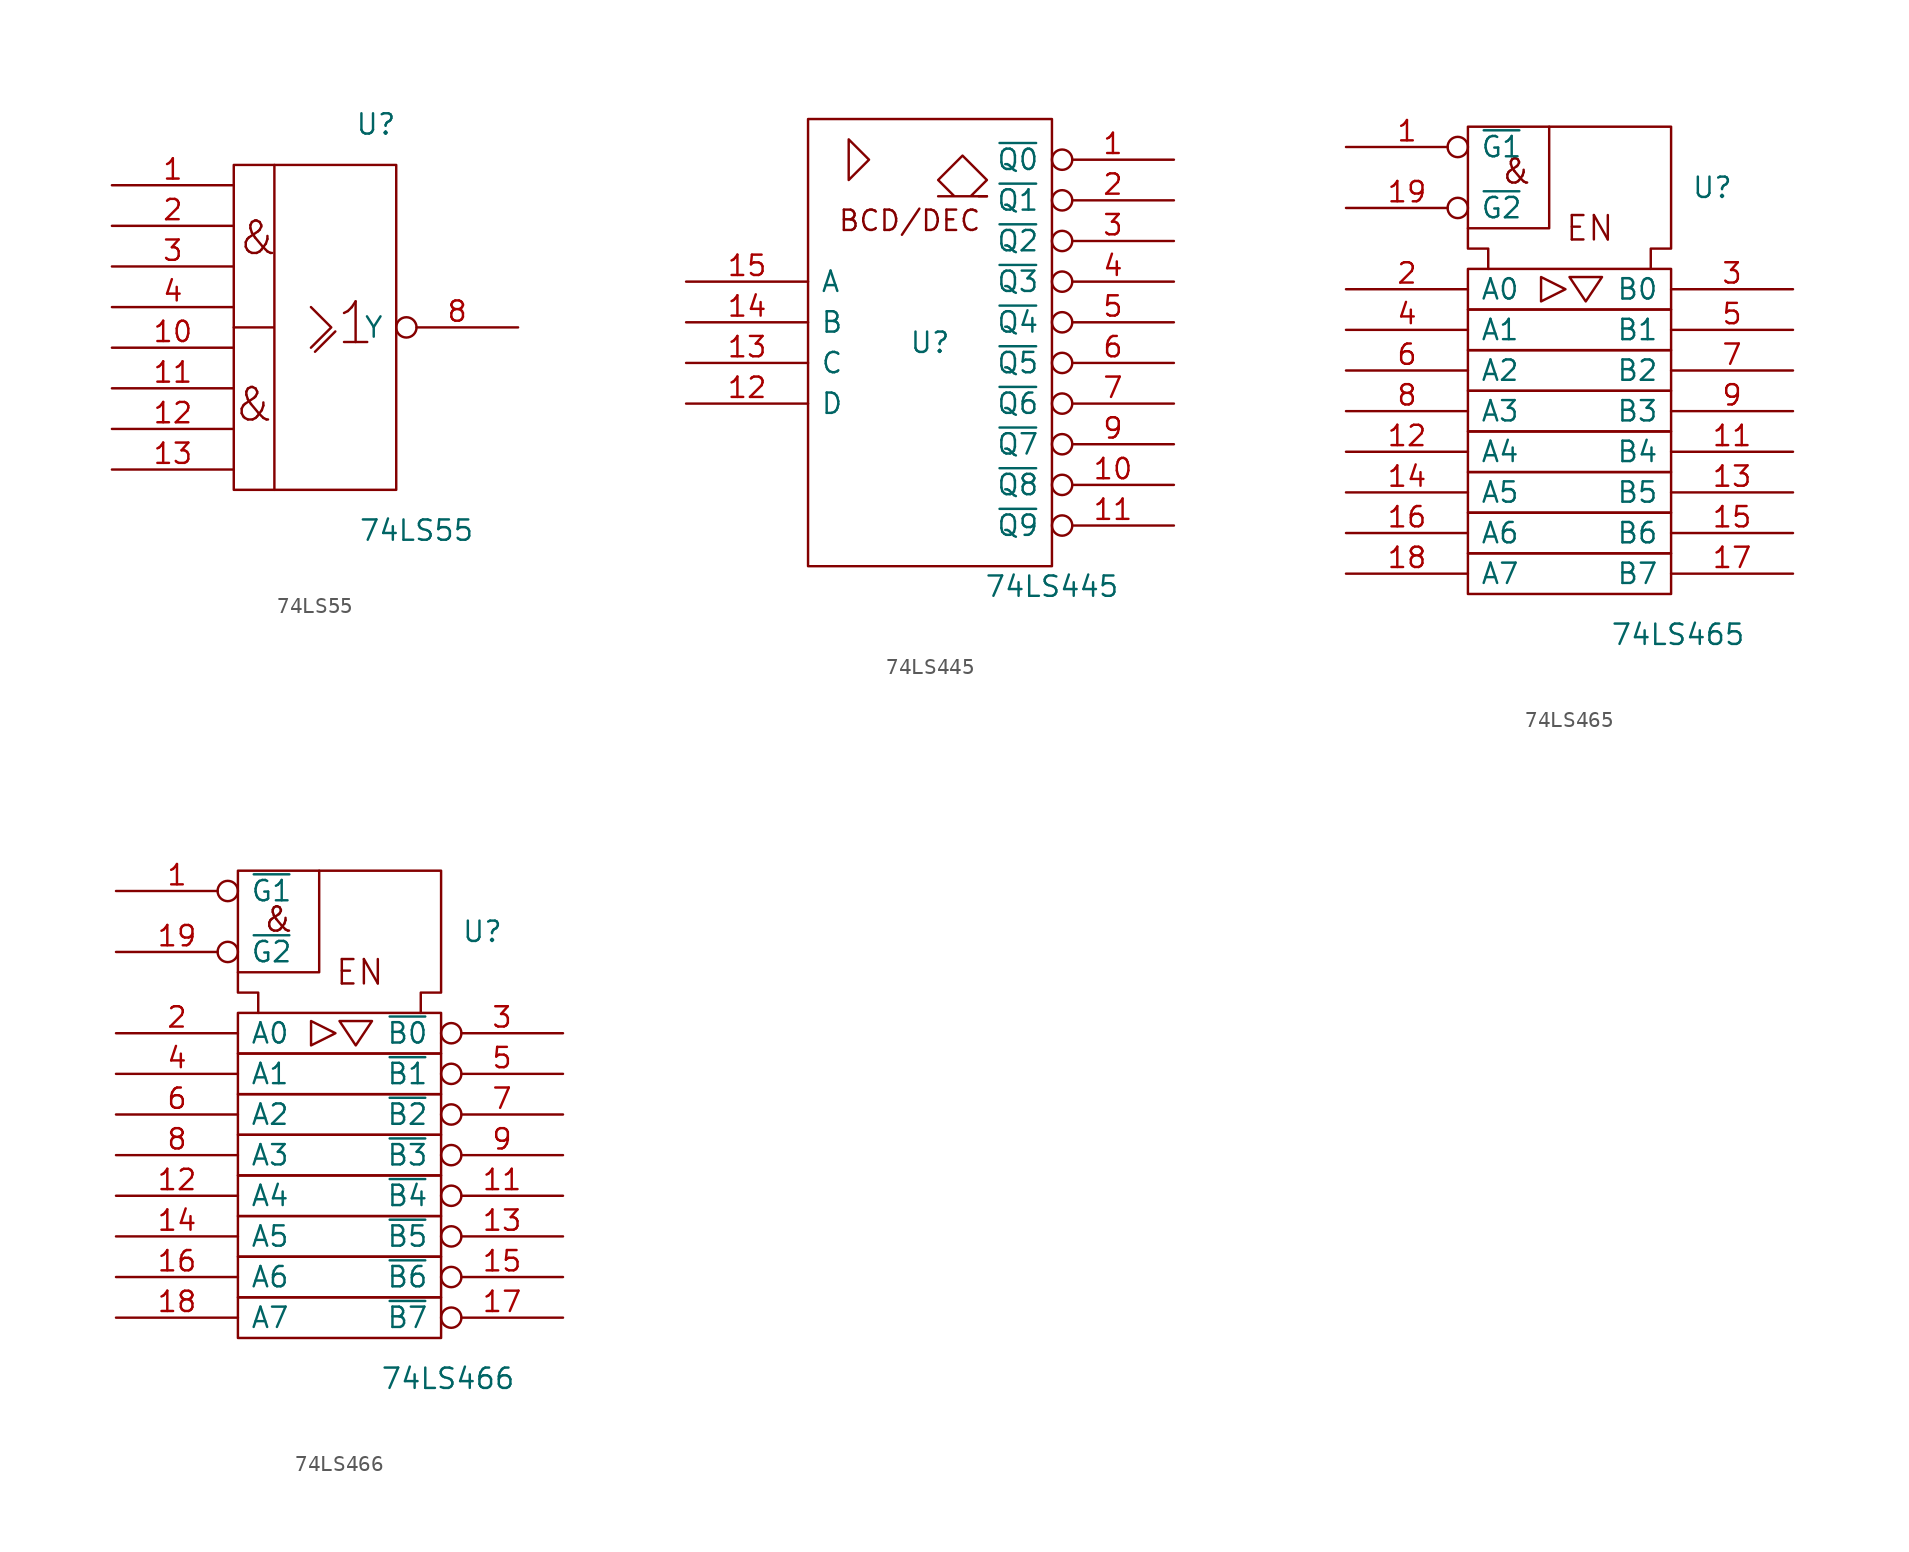
<source format=kicad_sym>
(kicad_symbol_lib
  (version 20201005)
  (generator kicad_symbol_editor)
  (symbol "74LS55"
    (pin_names
      (offset 0.762))
    (property "Reference" "U"
      (at 3.81 12.7 0)
      (effects (font (size 1.27 1.27))))
    (property "Value" "74LS55"
      (at 6.35 -12.7 0)
      (effects (font (size 1.27 1.27))))
    (symbol "74LS55_0_0"
      (text "&" (at -3.81 -4.826 0) (effects (font (size 2.032 2.032))))
      (text "1" (at 2.54 0.254 0) (effects (font (size 2.54 2.54))))
      (text "&" (at -3.556 5.588 0) (effects (font (size 2.032 2.032))))
      (polyline (pts (xy 0 -1.524) (xy 1.27 -0.254)) (stroke (width 0)) (fill (type none)))
      (polyline (pts (xy -0.254 1.27) (xy 1.016 0) (xy -0.254 -1.27) (xy -0.254 -1.27)) (stroke (width 0)) (fill (type none))))
    (symbol "74LS55_0_1"
      (rectangle (start -5.08 10.16) (end 5.08 -10.16) (stroke (width 0)) (fill (type none)))
      (polyline (pts (xy -2.54 10.16) (xy -2.54 0) (xy -5.08 0) (xy -2.54 0) (xy -2.54 -10.16) (xy -2.54 -10.16)) (stroke (width 0)) (fill (type none)))
      (pin power_in line (at 0 10.16 270) (length 0) hide (name "VCC" (effects (font (size 1.27 1.27)))) (number "14" (effects (font (size 1.27 1.27)))))
      (pin power_in line (at 0 -10.16 90) (length 0) hide (name "GND" (effects (font (size 1.27 1.27)))) (number "7" (effects (font (size 1.27 1.27))))))
    (symbol "74LS55_1_1"
      (pin output inverted (at 12.7 0 180) (length 7.62) (name "Y" (effects (font (size 1.27 1.27)))) (number "8" (effects (font (size 1.27 1.27)))))
      (pin input line (at -12.7 -8.89 0) (length 7.62) (name "~" (effects (font (size 1.27 1.27)))) (number "13" (effects (font (size 1.27 1.27)))))
      (pin input line (at -12.7 -6.35 0) (length 7.62) (name "~" (effects (font (size 1.27 1.27)))) (number "12" (effects (font (size 1.27 1.27)))))
      (pin input line (at -12.7 -3.81 0) (length 7.62) (name "~" (effects (font (size 1.27 1.27)))) (number "11" (effects (font (size 1.27 1.27)))))
      (pin input line (at -12.7 -1.27 0) (length 7.62) (name "~" (effects (font (size 1.27 1.27)))) (number "10" (effects (font (size 1.27 1.27)))))
      (pin input line (at -12.7 1.27 0) (length 7.62) (name "~" (effects (font (size 1.27 1.27)))) (number "4" (effects (font (size 1.27 1.27)))))
      (pin input line (at -12.7 3.81 0) (length 7.62) (name "~" (effects (font (size 1.27 1.27)))) (number "3" (effects (font (size 1.27 1.27)))))
      (pin input line (at -12.7 6.35 0) (length 7.62) (name "~" (effects (font (size 1.27 1.27)))) (number "2" (effects (font (size 1.27 1.27)))))
      (pin input line (at -12.7 8.89 0) (length 7.62) (name "~" (effects (font (size 1.27 1.27)))) (number "1" (effects (font (size 1.27 1.27)))))))
  (symbol "74LS445"
    (pin_names
      (offset 0.762))
    (property "Reference" "U"
      (at 0 0 0)
      (effects (font (size 1.27 1.27))))
    (property "Value" "74LS445"
      (at 7.62 -15.24 0)
      (effects (font (size 1.27 1.27))))
    (symbol "74LS445_0_0"
      (text "BCD/DEC" (at -1.27 7.62 0) (effects (font (size 1.27 1.27))))
      (polyline (pts (xy -5.08 12.7) (xy -5.08 10.16) (xy -3.81 11.43) (xy -5.08 12.7) (xy -5.08 12.7)) (stroke (width 0)) (fill (type none)))
      (polyline (pts (xy 3.556 9.144) (xy 3.048 9.144) (xy 3.048 9.144)) (stroke (width 0)) (fill (type none)))
      (polyline (pts (xy 2.54 9.144) (xy 3.556 10.16) (xy 2.032 11.684) (xy 0.508 10.16) (xy 1.524 9.144) (xy 0.508 9.144) (xy 3.556 9.144)) (stroke (width 0)) (fill (type none)))
      (pin power_in line (at 0 13.97 270) (length 0) hide (name "VCC" (effects (font (size 1.27 1.27)))) (number "16" (effects (font (size 1.27 1.27)))))
      (pin power_in line (at 0 -13.97 90) (length 0) hide (name "GND" (effects (font (size 1.27 1.27)))) (number "8" (effects (font (size 1.27 1.27))))))
    (symbol "74LS445_0_1"
      (rectangle (start -7.62 13.97) (end 7.62 -13.97) (stroke (width 0)) (fill (type none))))
    (symbol "74LS445_1_1"
      (pin open_collector inverted (at 15.24 -11.43 180) (length 7.62) (name "~Q9" (effects (font (size 1.27 1.27)))) (number "11" (effects (font (size 1.27 1.27)))))
      (pin open_collector inverted (at 15.24 -8.89 180) (length 7.62) (name "~Q8" (effects (font (size 1.27 1.27)))) (number "10" (effects (font (size 1.27 1.27)))))
      (pin open_collector inverted (at 15.24 -6.35 180) (length 7.62) (name "~Q7" (effects (font (size 1.27 1.27)))) (number "9" (effects (font (size 1.27 1.27)))))
      (pin open_collector inverted (at 15.24 -3.81 180) (length 7.62) (name "~Q6" (effects (font (size 1.27 1.27)))) (number "7" (effects (font (size 1.27 1.27)))))
      (pin open_collector inverted (at 15.24 -1.27 180) (length 7.62) (name "~Q5" (effects (font (size 1.27 1.27)))) (number "6" (effects (font (size 1.27 1.27)))))
      (pin open_collector inverted (at 15.24 1.27 180) (length 7.62) (name "~Q4" (effects (font (size 1.27 1.27)))) (number "5" (effects (font (size 1.27 1.27)))))
      (pin open_collector inverted (at 15.24 3.81 180) (length 7.62) (name "~Q3" (effects (font (size 1.27 1.27)))) (number "4" (effects (font (size 1.27 1.27)))))
      (pin open_collector inverted (at 15.24 6.35 180) (length 7.62) (name "~Q2" (effects (font (size 1.27 1.27)))) (number "3" (effects (font (size 1.27 1.27)))))
      (pin open_collector inverted (at 15.24 8.89 180) (length 7.62) (name "~Q1" (effects (font (size 1.27 1.27)))) (number "2" (effects (font (size 1.27 1.27)))))
      (pin open_collector inverted (at 15.24 11.43 180) (length 7.62) (name "~Q0" (effects (font (size 1.27 1.27)))) (number "1" (effects (font (size 1.27 1.27)))))
      (pin input line (at -15.24 -3.81 0) (length 7.62) (name "D" (effects (font (size 1.27 1.27)))) (number "12" (effects (font (size 1.27 1.27)))))
      (pin input line (at -15.24 -1.27 0) (length 7.62) (name "C" (effects (font (size 1.27 1.27)))) (number "13" (effects (font (size 1.27 1.27)))))
      (pin input line (at -15.24 1.27 0) (length 7.62) (name "B" (effects (font (size 1.27 1.27)))) (number "14" (effects (font (size 1.27 1.27)))))
      (pin input line (at -15.24 3.81 0) (length 7.62) (name "A" (effects (font (size 1.27 1.27)))) (number "15" (effects (font (size 1.27 1.27)))))))
  (symbol "74LS465"
    (pin_names
      (offset 0.762))
    (property "Reference" "U"
      (at 7.62 12.7 0)
      (effects (font (size 1.27 1.27)) (justify left)))
    (property "Value" "74LS465"
      (at 2.54 -15.24 0)
      (effects (font (size 1.27 1.27)) (justify left)))
    (symbol "74LS465_0_0"
      (text "EN" (at 1.27 10.16 0) (effects (font (size 1.524 1.524))))
      (text "&" (at -3.302 13.716 0) (effects (font (size 1.524 1.524))))
      (polyline (pts (xy -1.778 7.112) (xy -1.778 5.588) (xy -0.254 6.35) (xy -1.778 7.112) (xy -1.778 7.112)) (stroke (width 0)) (fill (type none)))
      (polyline (pts (xy 0 7.112) (xy 2.032 7.112) (xy 1.016 5.588) (xy 0 7.112) (xy 0 7.112)) (stroke (width 0)) (fill (type none)))
      (polyline (pts (xy -1.27 16.51) (xy -1.27 10.16) (xy -6.35 10.16) (xy -6.35 10.16)) (stroke (width 0)) (fill (type none)))
      (pin power_in line (at 1.27 16.51 270) (length 0) hide (name "GND" (effects (font (size 1.27 1.27)))) (number "10" (effects (font (size 1.27 1.27)))))
      (pin power_in line (at 5.08 16.51 270) (length 0) hide (name "VCC" (effects (font (size 1.27 1.27)))) (number "20" (effects (font (size 1.27 1.27))))))
    (symbol "74LS465_0_1"
      (rectangle (start -6.35 -2.54) (end 6.35 -5.08) (stroke (width 0)) (fill (type none)))
      (rectangle (start -6.35 2.54) (end 6.35 0) (stroke (width 0)) (fill (type none)))
      (rectangle (start -6.35 5.08) (end 6.35 2.54) (stroke (width 0)) (fill (type none)))
      (rectangle (start -6.35 -10.16) (end 6.35 -12.7) (stroke (width 0)) (fill (type none)))
      (rectangle (start -6.35 7.62) (end 6.35 5.08) (stroke (width 0)) (fill (type none)))
      (rectangle (start -6.35 -7.62) (end 6.35 -10.16) (stroke (width 0)) (fill (type none)))
      (rectangle (start -6.35 0) (end 6.35 -2.54) (stroke (width 0)) (fill (type none)))
      (rectangle (start -6.35 -5.08) (end 6.35 -7.62) (stroke (width 0)) (fill (type none)))
      (polyline (pts (xy -5.08 7.62) (xy -5.08 8.89) (xy -6.35 8.89) (xy -6.35 16.51) (xy 6.35 16.51) (xy 6.35 8.89) (xy 5.08 8.89) (xy 5.08 7.62) (xy 5.08 7.62)) (stroke (width 0)) (fill (type none))))
    (symbol "74LS465_1_1"
      (pin tri_state line (at 13.97 -11.43 180) (length 7.62) (name "B7" (effects (font (size 1.27 1.27)))) (number "17" (effects (font (size 1.27 1.27)))))
      (pin tri_state line (at 13.97 -8.89 180) (length 7.62) (name "B6" (effects (font (size 1.27 1.27)))) (number "15" (effects (font (size 1.27 1.27)))))
      (pin tri_state line (at 13.97 -6.35 180) (length 7.62) (name "B5" (effects (font (size 1.27 1.27)))) (number "13" (effects (font (size 1.27 1.27)))))
      (pin tri_state line (at 13.97 -3.81 180) (length 7.62) (name "B4" (effects (font (size 1.27 1.27)))) (number "11" (effects (font (size 1.27 1.27)))))
      (pin tri_state line (at 13.97 -1.27 180) (length 7.62) (name "B3" (effects (font (size 1.27 1.27)))) (number "9" (effects (font (size 1.27 1.27)))))
      (pin tri_state line (at 13.97 1.27 180) (length 7.62) (name "B2" (effects (font (size 1.27 1.27)))) (number "7" (effects (font (size 1.27 1.27)))))
      (pin tri_state line (at 13.97 3.81 180) (length 7.62) (name "B1" (effects (font (size 1.27 1.27)))) (number "5" (effects (font (size 1.27 1.27)))))
      (pin tri_state line (at 13.97 6.35 180) (length 7.62) (name "B0" (effects (font (size 1.27 1.27)))) (number "3" (effects (font (size 1.27 1.27)))))
      (pin tri_state line (at -13.97 -11.43 0) (length 7.62) (name "A7" (effects (font (size 1.27 1.27)))) (number "18" (effects (font (size 1.27 1.27)))))
      (pin tri_state line (at -13.97 -8.89 0) (length 7.62) (name "A6" (effects (font (size 1.27 1.27)))) (number "16" (effects (font (size 1.27 1.27)))))
      (pin tri_state line (at -13.97 -6.35 0) (length 7.62) (name "A5" (effects (font (size 1.27 1.27)))) (number "14" (effects (font (size 1.27 1.27)))))
      (pin tri_state line (at -13.97 -3.81 0) (length 7.62) (name "A4" (effects (font (size 1.27 1.27)))) (number "12" (effects (font (size 1.27 1.27)))))
      (pin tri_state line (at -13.97 -1.27 0) (length 7.62) (name "A3" (effects (font (size 1.27 1.27)))) (number "8" (effects (font (size 1.27 1.27)))))
      (pin tri_state line (at -13.97 1.27 0) (length 7.62) (name "A2" (effects (font (size 1.27 1.27)))) (number "6" (effects (font (size 1.27 1.27)))))
      (pin tri_state line (at -13.97 3.81 0) (length 7.62) (name "A1" (effects (font (size 1.27 1.27)))) (number "4" (effects (font (size 1.27 1.27)))))
      (pin tri_state line (at -13.97 6.35 0) (length 7.62) (name "A0" (effects (font (size 1.27 1.27)))) (number "2" (effects (font (size 1.27 1.27)))))
      (pin input inverted (at -13.97 11.43 0) (length 7.62) (name "~G2" (effects (font (size 1.27 1.27)))) (number "19" (effects (font (size 1.27 1.27)))))
      (pin input inverted (at -13.97 15.24 0) (length 7.62) (name "~G1" (effects (font (size 1.27 1.27)))) (number "1" (effects (font (size 1.27 1.27)))))))
  (symbol "74LS466"
    (pin_names
      (offset 0.762))
    (property "Reference" "U"
      (at 7.62 12.7 0)
      (effects (font (size 1.27 1.27)) (justify left)))
    (property "Value" "74LS466"
      (at 2.54 -15.24 0)
      (effects (font (size 1.27 1.27)) (justify left)))
    (symbol "74LS466_0_0"
      (text "EN" (at 1.27 10.16 0) (effects (font (size 1.524 1.524))))
      (text "&" (at -3.81 13.462 0) (effects (font (size 1.524 1.524))))
      (polyline (pts (xy -1.778 7.112) (xy -1.778 5.588) (xy -0.254 6.35) (xy -1.778 7.112) (xy -1.778 7.112)) (stroke (width 0)) (fill (type none)))
      (polyline (pts (xy 0 7.112) (xy 2.032 7.112) (xy 1.016 5.588) (xy 0 7.112) (xy 0 7.112)) (stroke (width 0)) (fill (type none)))
      (polyline (pts (xy -1.27 16.51) (xy -1.27 10.16) (xy -6.35 10.16) (xy -6.35 10.16)) (stroke (width 0)) (fill (type none)))
      (pin power_in line (at 1.27 16.51 270) (length 0) hide (name "GND" (effects (font (size 1.27 1.27)))) (number "10" (effects (font (size 1.27 1.27)))))
      (pin power_in line (at 5.08 16.51 270) (length 0) hide (name "VCC" (effects (font (size 1.27 1.27)))) (number "20" (effects (font (size 1.27 1.27))))))
    (symbol "74LS466_0_1"
      (rectangle (start -6.35 -2.54) (end 6.35 -5.08) (stroke (width 0)) (fill (type none)))
      (rectangle (start -6.35 2.54) (end 6.35 0) (stroke (width 0)) (fill (type none)))
      (rectangle (start -6.35 5.08) (end 6.35 2.54) (stroke (width 0)) (fill (type none)))
      (rectangle (start -6.35 -10.16) (end 6.35 -12.7) (stroke (width 0)) (fill (type none)))
      (rectangle (start -6.35 7.62) (end 6.35 5.08) (stroke (width 0)) (fill (type none)))
      (rectangle (start -6.35 -7.62) (end 6.35 -10.16) (stroke (width 0)) (fill (type none)))
      (rectangle (start -6.35 0) (end 6.35 -2.54) (stroke (width 0)) (fill (type none)))
      (rectangle (start -6.35 -5.08) (end 6.35 -7.62) (stroke (width 0)) (fill (type none)))
      (polyline (pts (xy -5.08 7.62) (xy -5.08 8.89) (xy -6.35 8.89) (xy -6.35 16.51) (xy 6.35 16.51) (xy 6.35 8.89) (xy 5.08 8.89) (xy 5.08 7.62) (xy 5.08 7.62)) (stroke (width 0)) (fill (type none))))
    (symbol "74LS466_1_1"
      (pin tri_state inverted (at 13.97 -11.43 180) (length 7.62) (name "~B7" (effects (font (size 1.27 1.27)))) (number "17" (effects (font (size 1.27 1.27)))))
      (pin tri_state inverted (at 13.97 -8.89 180) (length 7.62) (name "~B6" (effects (font (size 1.27 1.27)))) (number "15" (effects (font (size 1.27 1.27)))))
      (pin tri_state inverted (at 13.97 -6.35 180) (length 7.62) (name "~B5" (effects (font (size 1.27 1.27)))) (number "13" (effects (font (size 1.27 1.27)))))
      (pin tri_state inverted (at 13.97 -3.81 180) (length 7.62) (name "~B4" (effects (font (size 1.27 1.27)))) (number "11" (effects (font (size 1.27 1.27)))))
      (pin tri_state inverted (at 13.97 -1.27 180) (length 7.62) (name "~B3" (effects (font (size 1.27 1.27)))) (number "9" (effects (font (size 1.27 1.27)))))
      (pin tri_state inverted (at 13.97 1.27 180) (length 7.62) (name "~B2" (effects (font (size 1.27 1.27)))) (number "7" (effects (font (size 1.27 1.27)))))
      (pin tri_state inverted (at 13.97 3.81 180) (length 7.62) (name "~B1" (effects (font (size 1.27 1.27)))) (number "5" (effects (font (size 1.27 1.27)))))
      (pin tri_state inverted (at 13.97 6.35 180) (length 7.62) (name "~B0" (effects (font (size 1.27 1.27)))) (number "3" (effects (font (size 1.27 1.27)))))
      (pin tri_state line (at -13.97 -11.43 0) (length 7.62) (name "A7" (effects (font (size 1.27 1.27)))) (number "18" (effects (font (size 1.27 1.27)))))
      (pin tri_state line (at -13.97 -8.89 0) (length 7.62) (name "A6" (effects (font (size 1.27 1.27)))) (number "16" (effects (font (size 1.27 1.27)))))
      (pin tri_state line (at -13.97 -6.35 0) (length 7.62) (name "A5" (effects (font (size 1.27 1.27)))) (number "14" (effects (font (size 1.27 1.27)))))
      (pin tri_state line (at -13.97 -3.81 0) (length 7.62) (name "A4" (effects (font (size 1.27 1.27)))) (number "12" (effects (font (size 1.27 1.27)))))
      (pin tri_state line (at -13.97 -1.27 0) (length 7.62) (name "A3" (effects (font (size 1.27 1.27)))) (number "8" (effects (font (size 1.27 1.27)))))
      (pin tri_state line (at -13.97 1.27 0) (length 7.62) (name "A2" (effects (font (size 1.27 1.27)))) (number "6" (effects (font (size 1.27 1.27)))))
      (pin tri_state line (at -13.97 3.81 0) (length 7.62) (name "A1" (effects (font (size 1.27 1.27)))) (number "4" (effects (font (size 1.27 1.27)))))
      (pin tri_state line (at -13.97 6.35 0) (length 7.62) (name "A0" (effects (font (size 1.27 1.27)))) (number "2" (effects (font (size 1.27 1.27)))))
      (pin input inverted (at -13.97 11.43 0) (length 7.62) (name "~G2" (effects (font (size 1.27 1.27)))) (number "19" (effects (font (size 1.27 1.27)))))
      (pin input inverted (at -13.97 15.24 0) (length 7.62) (name "~G1" (effects (font (size 1.27 1.27)))) (number "1" (effects (font (size 1.27 1.27))))))))
</source>
